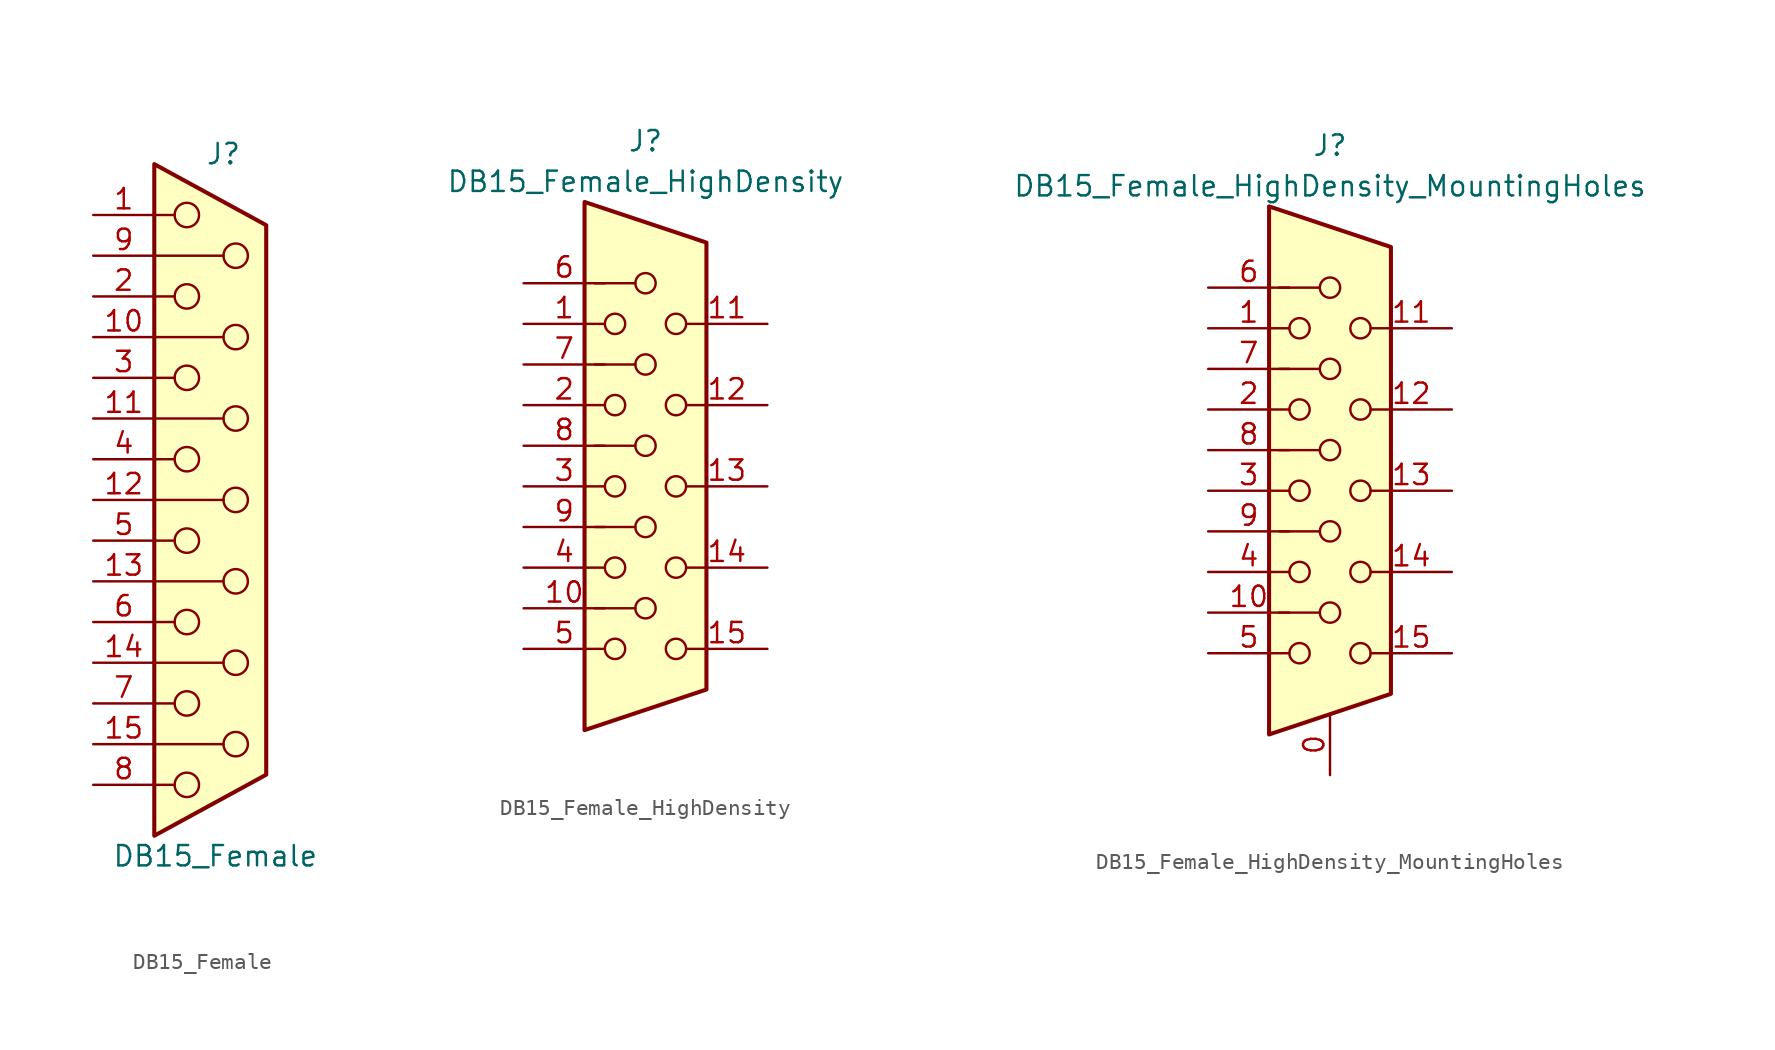
<source format=kicad_sym>
(kicad_symbol_lib
  (version 20211014)
  (generator kicad_symbol_editor)
  (symbol "DB15_Female"
    (pin_names
      (offset 1.016) hide)
    (property "Reference" "J"
      (at 0.508 21.59 0)
      (effects (font (size 1.27 1.27))))
    (property "Value" "DB15_Female"
      (at 0 -22.225 0)
      (effects (font (size 1.27 1.27))))
    (symbol "DB15_Female_0_1"
      (circle (center -1.778 -17.78) (radius 0.762) (stroke (width 0) (type default) (color 0 0 0 0)) (fill (type none)))
      (circle (center -1.778 -12.7) (radius 0.762) (stroke (width 0) (type default) (color 0 0 0 0)) (fill (type none)))
      (circle (center -1.778 -7.62) (radius 0.762) (stroke (width 0) (type default) (color 0 0 0 0)) (fill (type none)))
      (circle (center -1.778 -2.54) (radius 0.762) (stroke (width 0) (type default) (color 0 0 0 0)) (fill (type none)))
      (circle (center -1.778 2.54) (radius 0.762) (stroke (width 0) (type default) (color 0 0 0 0)) (fill (type none)))
      (circle (center -1.778 7.62) (radius 0.762) (stroke (width 0) (type default) (color 0 0 0 0)) (fill (type none)))
      (circle (center -1.778 12.7) (radius 0.762) (stroke (width 0) (type default) (color 0 0 0 0)) (fill (type none)))
      (circle (center -1.778 17.78) (radius 0.762) (stroke (width 0) (type default) (color 0 0 0 0)) (fill (type none)))
      (polyline (pts (xy -3.81 -17.78) (xy -2.54 -17.78)) (stroke (width 0) (type default) (color 0 0 0 0)) (fill (type none)))
      (polyline (pts (xy -3.81 -15.24) (xy 0.508 -15.24)) (stroke (width 0) (type default) (color 0 0 0 0)) (fill (type none)))
      (polyline (pts (xy -3.81 -12.7) (xy -2.54 -12.7)) (stroke (width 0) (type default) (color 0 0 0 0)) (fill (type none)))
      (polyline (pts (xy -3.81 -10.16) (xy 0.508 -10.16)) (stroke (width 0) (type default) (color 0 0 0 0)) (fill (type none)))
      (polyline (pts (xy -3.81 -7.62) (xy -2.54 -7.62)) (stroke (width 0) (type default) (color 0 0 0 0)) (fill (type none)))
      (polyline (pts (xy -3.81 -5.08) (xy 0.508 -5.08)) (stroke (width 0) (type default) (color 0 0 0 0)) (fill (type none)))
      (polyline (pts (xy -3.81 -2.54) (xy -2.54 -2.54)) (stroke (width 0) (type default) (color 0 0 0 0)) (fill (type none)))
      (polyline (pts (xy -3.81 0) (xy 0.508 0)) (stroke (width 0) (type default) (color 0 0 0 0)) (fill (type none)))
      (polyline (pts (xy -3.81 2.54) (xy -2.54 2.54)) (stroke (width 0) (type default) (color 0 0 0 0)) (fill (type none)))
      (polyline (pts (xy -3.81 5.08) (xy 0.508 5.08)) (stroke (width 0) (type default) (color 0 0 0 0)) (fill (type none)))
      (polyline (pts (xy -3.81 7.62) (xy -2.54 7.62)) (stroke (width 0) (type default) (color 0 0 0 0)) (fill (type none)))
      (polyline (pts (xy -3.81 10.16) (xy 0.508 10.16)) (stroke (width 0) (type default) (color 0 0 0 0)) (fill (type none)))
      (polyline (pts (xy -3.81 12.7) (xy -2.54 12.7)) (stroke (width 0) (type default) (color 0 0 0 0)) (fill (type none)))
      (polyline (pts (xy -3.81 15.24) (xy 0.508 15.24)) (stroke (width 0) (type default) (color 0 0 0 0)) (fill (type none)))
      (polyline (pts (xy -3.81 17.78) (xy -2.54 17.78)) (stroke (width 0) (type default) (color 0 0 0 0)) (fill (type none)))
      (polyline (pts (xy -3.81 20.955) (xy 3.175 17.145) (xy 3.175 -17.145) (xy -3.81 -20.955) (xy -3.81 20.955)) (stroke (width 0.254) (type default) (color 0 0 0 0)) (fill (type background)))
      (circle (center 1.27 -15.24) (radius 0.762) (stroke (width 0) (type default) (color 0 0 0 0)) (fill (type none)))
      (circle (center 1.27 -10.16) (radius 0.762) (stroke (width 0) (type default) (color 0 0 0 0)) (fill (type none)))
      (circle (center 1.27 -5.08) (radius 0.762) (stroke (width 0) (type default) (color 0 0 0 0)) (fill (type none)))
      (circle (center 1.27 0) (radius 0.762) (stroke (width 0) (type default) (color 0 0 0 0)) (fill (type none)))
      (circle (center 1.27 5.08) (radius 0.762) (stroke (width 0) (type default) (color 0 0 0 0)) (fill (type none)))
      (circle (center 1.27 10.16) (radius 0.762) (stroke (width 0) (type default) (color 0 0 0 0)) (fill (type none)))
      (circle (center 1.27 15.24) (radius 0.762) (stroke (width 0) (type default) (color 0 0 0 0)) (fill (type none))))
    (symbol "DB15_Female_1_1"
      (pin passive line (at -7.62 17.78 0) (length 3.81) (name "1" (effects (font (size 1.27 1.27)))) (number "1" (effects (font (size 1.27 1.27)))))
      (pin passive line (at -7.62 10.16 0) (length 3.81) (name "P10" (effects (font (size 1.27 1.27)))) (number "10" (effects (font (size 1.27 1.27)))))
      (pin passive line (at -7.62 5.08 0) (length 3.81) (name "P111" (effects (font (size 1.27 1.27)))) (number "11" (effects (font (size 1.27 1.27)))))
      (pin passive line (at -7.62 0 0) (length 3.81) (name "P12" (effects (font (size 1.27 1.27)))) (number "12" (effects (font (size 1.27 1.27)))))
      (pin passive line (at -7.62 -5.08 0) (length 3.81) (name "P13" (effects (font (size 1.27 1.27)))) (number "13" (effects (font (size 1.27 1.27)))))
      (pin passive line (at -7.62 -10.16 0) (length 3.81) (name "P14" (effects (font (size 1.27 1.27)))) (number "14" (effects (font (size 1.27 1.27)))))
      (pin passive line (at -7.62 -15.24 0) (length 3.81) (name "P15" (effects (font (size 1.27 1.27)))) (number "15" (effects (font (size 1.27 1.27)))))
      (pin passive line (at -7.62 12.7 0) (length 3.81) (name "2" (effects (font (size 1.27 1.27)))) (number "2" (effects (font (size 1.27 1.27)))))
      (pin passive line (at -7.62 7.62 0) (length 3.81) (name "3" (effects (font (size 1.27 1.27)))) (number "3" (effects (font (size 1.27 1.27)))))
      (pin passive line (at -7.62 2.54 0) (length 3.81) (name "4" (effects (font (size 1.27 1.27)))) (number "4" (effects (font (size 1.27 1.27)))))
      (pin passive line (at -7.62 -2.54 0) (length 3.81) (name "5" (effects (font (size 1.27 1.27)))) (number "5" (effects (font (size 1.27 1.27)))))
      (pin passive line (at -7.62 -7.62 0) (length 3.81) (name "6" (effects (font (size 1.27 1.27)))) (number "6" (effects (font (size 1.27 1.27)))))
      (pin passive line (at -7.62 -12.7 0) (length 3.81) (name "7" (effects (font (size 1.27 1.27)))) (number "7" (effects (font (size 1.27 1.27)))))
      (pin passive line (at -7.62 -17.78 0) (length 3.81) (name "8" (effects (font (size 1.27 1.27)))) (number "8" (effects (font (size 1.27 1.27)))))
      (pin passive line (at -7.62 15.24 0) (length 3.81) (name "P9" (effects (font (size 1.27 1.27)))) (number "9" (effects (font (size 1.27 1.27)))))))
  (symbol "DB15_Female_HighDensity"
    (pin_names
      (offset 1.016) hide)
    (property "Reference" "J"
      (at 0 21.59 0)
      (effects (font (size 1.27 1.27))))
    (property "Value" "DB15_Female_HighDensity"
      (at 0 19.05 0)
      (effects (font (size 1.27 1.27))))
    (symbol "DB15_Female_HighDensity_0_1"
      (circle (center -1.905 -10.16) (radius 0.635) (stroke (width 0) (type default) (color 0 0 0 0)) (fill (type none)))
      (circle (center -1.905 -5.08) (radius 0.635) (stroke (width 0) (type default) (color 0 0 0 0)) (fill (type none)))
      (circle (center -1.905 0) (radius 0.635) (stroke (width 0) (type default) (color 0 0 0 0)) (fill (type none)))
      (circle (center -1.905 5.08) (radius 0.635) (stroke (width 0) (type default) (color 0 0 0 0)) (fill (type none)))
      (circle (center -1.905 10.16) (radius 0.635) (stroke (width 0) (type default) (color 0 0 0 0)) (fill (type none)))
      (circle (center 0 -7.62) (radius 0.635) (stroke (width 0) (type default) (color 0 0 0 0)) (fill (type none)))
      (circle (center 0 -2.54) (radius 0.635) (stroke (width 0) (type default) (color 0 0 0 0)) (fill (type none)))
      (polyline (pts (xy -3.175 7.62) (xy -0.635 7.62)) (stroke (width 0) (type default) (color 0 0 0 0)) (fill (type none)))
      (polyline (pts (xy -0.635 -7.62) (xy -3.175 -7.62)) (stroke (width 0) (type default) (color 0 0 0 0)) (fill (type none)))
      (polyline (pts (xy -0.635 -2.54) (xy -3.175 -2.54)) (stroke (width 0) (type default) (color 0 0 0 0)) (fill (type none)))
      (polyline (pts (xy -0.635 2.54) (xy -3.175 2.54)) (stroke (width 0) (type default) (color 0 0 0 0)) (fill (type none)))
      (polyline (pts (xy -0.635 12.7) (xy -3.175 12.7)) (stroke (width 0) (type default) (color 0 0 0 0)) (fill (type none)))
      (polyline (pts (xy -3.81 17.78) (xy -3.81 -15.24) (xy 3.81 -12.7) (xy 3.81 15.24) (xy -3.81 17.78)) (stroke (width 0.254) (type default) (color 0 0 0 0)) (fill (type background)))
      (circle (center 0 2.54) (radius 0.635) (stroke (width 0) (type default) (color 0 0 0 0)) (fill (type none)))
      (circle (center 0 7.62) (radius 0.635) (stroke (width 0) (type default) (color 0 0 0 0)) (fill (type none)))
      (circle (center 0 12.7) (radius 0.635) (stroke (width 0) (type default) (color 0 0 0 0)) (fill (type none)))
      (circle (center 1.905 -10.16) (radius 0.635) (stroke (width 0) (type default) (color 0 0 0 0)) (fill (type none)))
      (circle (center 1.905 -5.08) (radius 0.635) (stroke (width 0) (type default) (color 0 0 0 0)) (fill (type none)))
      (circle (center 1.905 0) (radius 0.635) (stroke (width 0) (type default) (color 0 0 0 0)) (fill (type none)))
      (circle (center 1.905 5.08) (radius 0.635) (stroke (width 0) (type default) (color 0 0 0 0)) (fill (type none)))
      (circle (center 1.905 10.16) (radius 0.635) (stroke (width 0) (type default) (color 0 0 0 0)) (fill (type none))))
    (symbol "DB15_Female_HighDensity_1_1"
      (pin passive line (at -7.62 10.16 0) (length 5.08) (name "~" (effects (font (size 1.27 1.27)))) (number "1" (effects (font (size 1.27 1.27)))))
      (pin passive line (at -7.62 -7.62 0) (length 5.08) (name "~" (effects (font (size 1.27 1.27)))) (number "10" (effects (font (size 1.27 1.27)))))
      (pin passive line (at 7.62 10.16 180) (length 5.08) (name "~" (effects (font (size 1.27 1.27)))) (number "11" (effects (font (size 1.27 1.27)))))
      (pin passive line (at 7.62 5.08 180) (length 5.08) (name "~" (effects (font (size 1.27 1.27)))) (number "12" (effects (font (size 1.27 1.27)))))
      (pin passive line (at 7.62 0 180) (length 5.08) (name "~" (effects (font (size 1.27 1.27)))) (number "13" (effects (font (size 1.27 1.27)))))
      (pin passive line (at 7.62 -5.08 180) (length 5.08) (name "~" (effects (font (size 1.27 1.27)))) (number "14" (effects (font (size 1.27 1.27)))))
      (pin passive line (at 7.62 -10.16 180) (length 5.08) (name "~" (effects (font (size 1.27 1.27)))) (number "15" (effects (font (size 1.27 1.27)))))
      (pin passive line (at -7.62 5.08 0) (length 5.08) (name "~" (effects (font (size 1.27 1.27)))) (number "2" (effects (font (size 1.27 1.27)))))
      (pin passive line (at -7.62 0 0) (length 5.08) (name "~" (effects (font (size 1.27 1.27)))) (number "3" (effects (font (size 1.27 1.27)))))
      (pin passive line (at -7.62 -5.08 0) (length 5.08) (name "~" (effects (font (size 1.27 1.27)))) (number "4" (effects (font (size 1.27 1.27)))))
      (pin passive line (at -7.62 -10.16 0) (length 5.08) (name "~" (effects (font (size 1.27 1.27)))) (number "5" (effects (font (size 1.27 1.27)))))
      (pin passive line (at -7.62 12.7 0) (length 5.08) (name "~" (effects (font (size 1.27 1.27)))) (number "6" (effects (font (size 1.27 1.27)))))
      (pin passive line (at -7.62 7.62 0) (length 5.08) (name "~" (effects (font (size 1.27 1.27)))) (number "7" (effects (font (size 1.27 1.27)))))
      (pin passive line (at -7.62 2.54 0) (length 5.08) (name "~" (effects (font (size 1.27 1.27)))) (number "8" (effects (font (size 1.27 1.27)))))
      (pin passive line (at -7.62 -2.54 0) (length 5.08) (name "~" (effects (font (size 1.27 1.27)))) (number "9" (effects (font (size 1.27 1.27)))))))
  (symbol "DB15_Female_HighDensity_MountingHoles"
    (pin_names
      (offset 1.016) hide)
    (property "Reference" "J"
      (at 0 21.59 0)
      (effects (font (size 1.27 1.27))))
    (property "Value" "DB15_Female_HighDensity_MountingHoles"
      (at 0 19.05 0)
      (effects (font (size 1.27 1.27))))
    (symbol "DB15_Female_HighDensity_MountingHoles_0_1"
      (circle (center -1.905 -10.16) (radius 0.635) (stroke (width 0) (type default) (color 0 0 0 0)) (fill (type none)))
      (circle (center -1.905 -5.08) (radius 0.635) (stroke (width 0) (type default) (color 0 0 0 0)) (fill (type none)))
      (circle (center -1.905 0) (radius 0.635) (stroke (width 0) (type default) (color 0 0 0 0)) (fill (type none)))
      (circle (center -1.905 5.08) (radius 0.635) (stroke (width 0) (type default) (color 0 0 0 0)) (fill (type none)))
      (circle (center -1.905 10.16) (radius 0.635) (stroke (width 0) (type default) (color 0 0 0 0)) (fill (type none)))
      (circle (center 0 -7.62) (radius 0.635) (stroke (width 0) (type default) (color 0 0 0 0)) (fill (type none)))
      (circle (center 0 -2.54) (radius 0.635) (stroke (width 0) (type default) (color 0 0 0 0)) (fill (type none)))
      (polyline (pts (xy -3.175 7.62) (xy -0.635 7.62)) (stroke (width 0) (type default) (color 0 0 0 0)) (fill (type none)))
      (polyline (pts (xy -0.635 -7.62) (xy -3.175 -7.62)) (stroke (width 0) (type default) (color 0 0 0 0)) (fill (type none)))
      (polyline (pts (xy -0.635 -2.54) (xy -3.175 -2.54)) (stroke (width 0) (type default) (color 0 0 0 0)) (fill (type none)))
      (polyline (pts (xy -0.635 2.54) (xy -3.175 2.54)) (stroke (width 0) (type default) (color 0 0 0 0)) (fill (type none)))
      (polyline (pts (xy -0.635 12.7) (xy -3.175 12.7)) (stroke (width 0) (type default) (color 0 0 0 0)) (fill (type none)))
      (polyline (pts (xy -3.81 17.78) (xy -3.81 -15.24) (xy 3.81 -12.7) (xy 3.81 15.24) (xy -3.81 17.78)) (stroke (width 0.254) (type default) (color 0 0 0 0)) (fill (type background)))
      (circle (center 0 2.54) (radius 0.635) (stroke (width 0) (type default) (color 0 0 0 0)) (fill (type none)))
      (circle (center 0 7.62) (radius 0.635) (stroke (width 0) (type default) (color 0 0 0 0)) (fill (type none)))
      (circle (center 0 12.7) (radius 0.635) (stroke (width 0) (type default) (color 0 0 0 0)) (fill (type none)))
      (circle (center 1.905 -10.16) (radius 0.635) (stroke (width 0) (type default) (color 0 0 0 0)) (fill (type none)))
      (circle (center 1.905 -5.08) (radius 0.635) (stroke (width 0) (type default) (color 0 0 0 0)) (fill (type none)))
      (circle (center 1.905 0) (radius 0.635) (stroke (width 0) (type default) (color 0 0 0 0)) (fill (type none)))
      (circle (center 1.905 5.08) (radius 0.635) (stroke (width 0) (type default) (color 0 0 0 0)) (fill (type none)))
      (circle (center 1.905 10.16) (radius 0.635) (stroke (width 0) (type default) (color 0 0 0 0)) (fill (type none))))
    (symbol "DB15_Female_HighDensity_MountingHoles_1_1"
      (pin passive line (at 0 -17.78 90) (length 3.81) (name "~" (effects (font (size 1.27 1.27)))) (number "0" (effects (font (size 1.27 1.27)))))
      (pin passive line (at -7.62 10.16 0) (length 5.08) (name "~" (effects (font (size 1.27 1.27)))) (number "1" (effects (font (size 1.27 1.27)))))
      (pin passive line (at -7.62 -7.62 0) (length 5.08) (name "~" (effects (font (size 1.27 1.27)))) (number "10" (effects (font (size 1.27 1.27)))))
      (pin passive line (at 7.62 10.16 180) (length 5.08) (name "~" (effects (font (size 1.27 1.27)))) (number "11" (effects (font (size 1.27 1.27)))))
      (pin passive line (at 7.62 5.08 180) (length 5.08) (name "~" (effects (font (size 1.27 1.27)))) (number "12" (effects (font (size 1.27 1.27)))))
      (pin passive line (at 7.62 0 180) (length 5.08) (name "~" (effects (font (size 1.27 1.27)))) (number "13" (effects (font (size 1.27 1.27)))))
      (pin passive line (at 7.62 -5.08 180) (length 5.08) (name "~" (effects (font (size 1.27 1.27)))) (number "14" (effects (font (size 1.27 1.27)))))
      (pin passive line (at 7.62 -10.16 180) (length 5.08) (name "~" (effects (font (size 1.27 1.27)))) (number "15" (effects (font (size 1.27 1.27)))))
      (pin passive line (at -7.62 5.08 0) (length 5.08) (name "~" (effects (font (size 1.27 1.27)))) (number "2" (effects (font (size 1.27 1.27)))))
      (pin passive line (at -7.62 0 0) (length 5.08) (name "~" (effects (font (size 1.27 1.27)))) (number "3" (effects (font (size 1.27 1.27)))))
      (pin passive line (at -7.62 -5.08 0) (length 5.08) (name "~" (effects (font (size 1.27 1.27)))) (number "4" (effects (font (size 1.27 1.27)))))
      (pin passive line (at -7.62 -10.16 0) (length 5.08) (name "~" (effects (font (size 1.27 1.27)))) (number "5" (effects (font (size 1.27 1.27)))))
      (pin passive line (at -7.62 12.7 0) (length 5.08) (name "~" (effects (font (size 1.27 1.27)))) (number "6" (effects (font (size 1.27 1.27)))))
      (pin passive line (at -7.62 7.62 0) (length 5.08) (name "~" (effects (font (size 1.27 1.27)))) (number "7" (effects (font (size 1.27 1.27)))))
      (pin passive line (at -7.62 2.54 0) (length 5.08) (name "~" (effects (font (size 1.27 1.27)))) (number "8" (effects (font (size 1.27 1.27)))))
      (pin passive line (at -7.62 -2.54 0) (length 5.08) (name "~" (effects (font (size 1.27 1.27)))) (number "9" (effects (font (size 1.27 1.27))))))))
</source>
